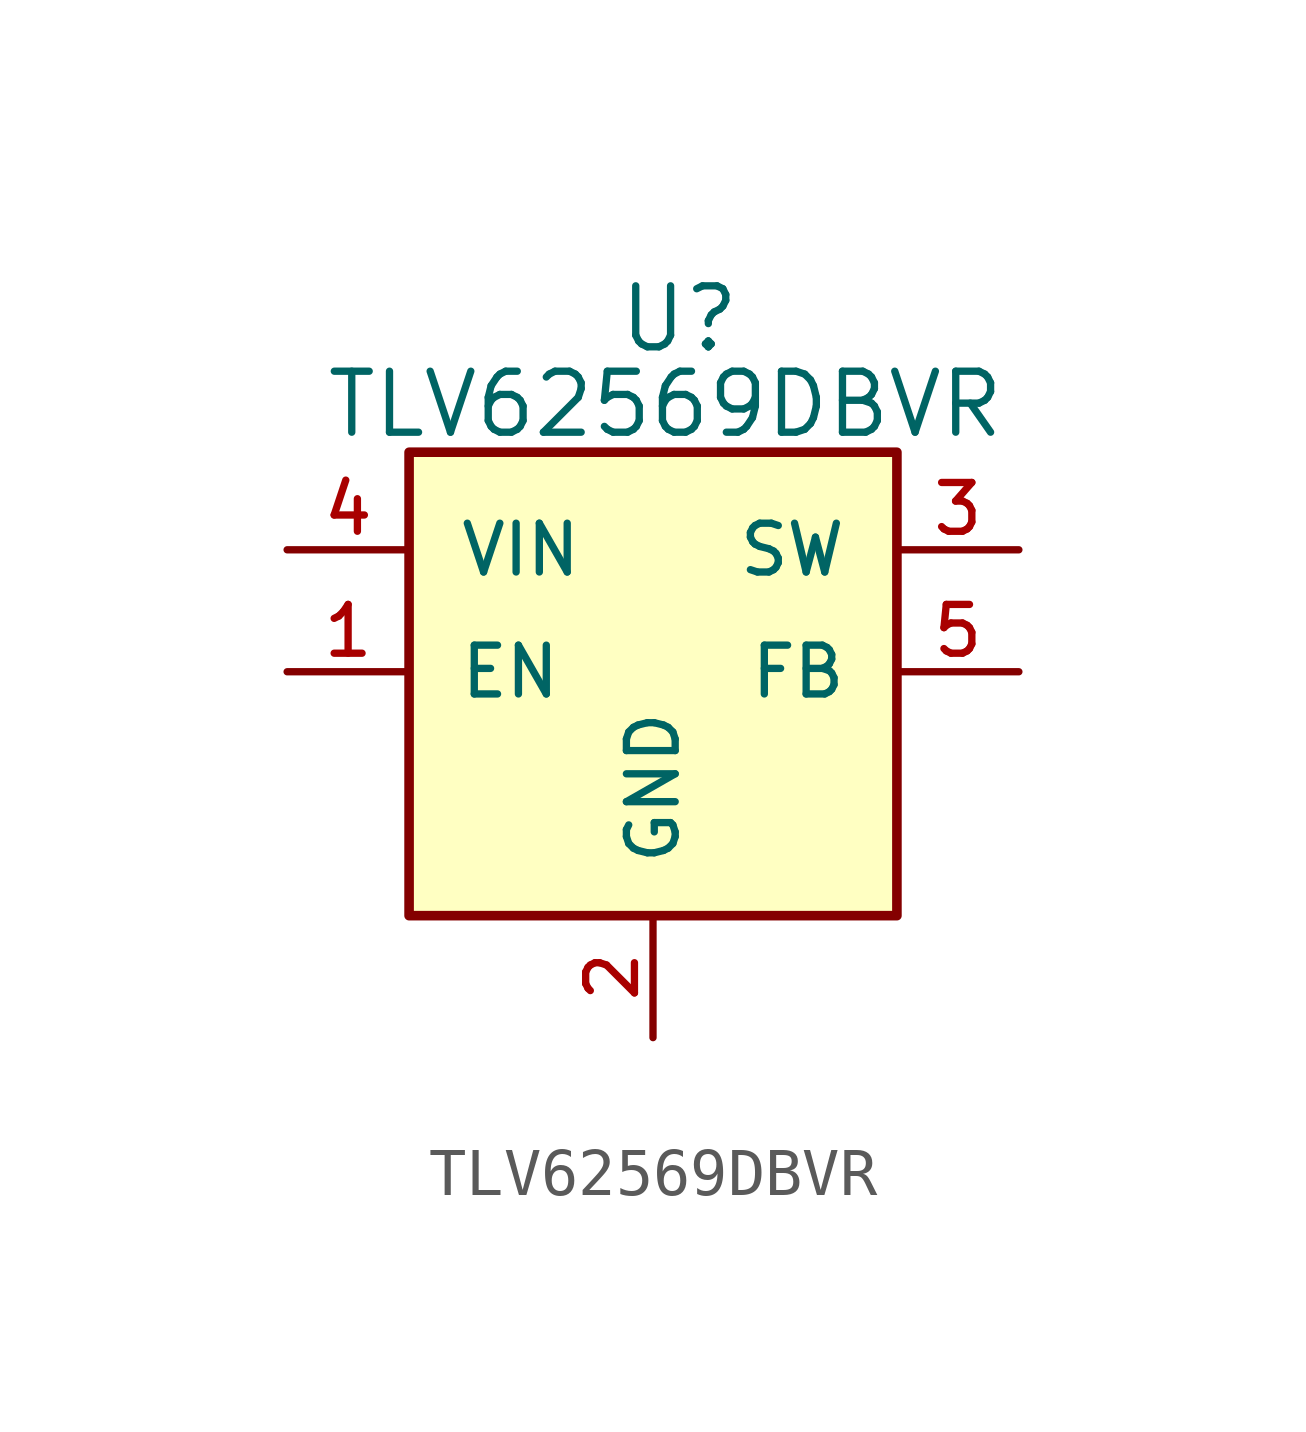
<source format=kicad_sym>
(kicad_symbol_lib
  (version 20220914)
  (generator kicad_symbol_editor)
  (symbol "TLV62569DBVR"
    (pin_names
      (offset 1.016))
    (property "Reference" "U"
      (at -0.762 6.604 0)
      (effects (font (size 1.27 1.27)) (justify left bottom)))
    (property "Value" "TLV62569DBVR"
      (at -6.858 4.826 0)
      (effects (font (size 1.27 1.27)) (justify left bottom)))
    (symbol "TLV62569DBVR_1_0"
      (rectangle (start -5.08 4.572) (end 5.08 -5.08) (stroke (width 0.2) (type default)) (fill (type background)))
      (pin input line (at -7.62 0 0) (length 2.54) (name "EN" (effects (font (size 1.016 1.016)))) (number "1" (effects (font (size 1.016 1.016)))))
      (pin power_in line (at 0 -7.62 90) (length 2.54) (name "GND" (effects (font (size 1.016 1.016)))) (number "2" (effects (font (size 1.016 1.016)))))
      (pin bidirectional line (at 7.62 2.54 180) (length 2.54) (name "SW" (effects (font (size 1.016 1.016)))) (number "3" (effects (font (size 1.016 1.016)))))
      (pin input line (at -7.62 2.54 0) (length 2.54) (name "VIN" (effects (font (size 1.016 1.016)))) (number "4" (effects (font (size 1.016 1.016)))))
      (pin input line (at 7.62 0 180) (length 2.54) (name "FB" (effects (font (size 1.016 1.016)))) (number "5" (effects (font (size 1.016 1.016))))))))
</source>
